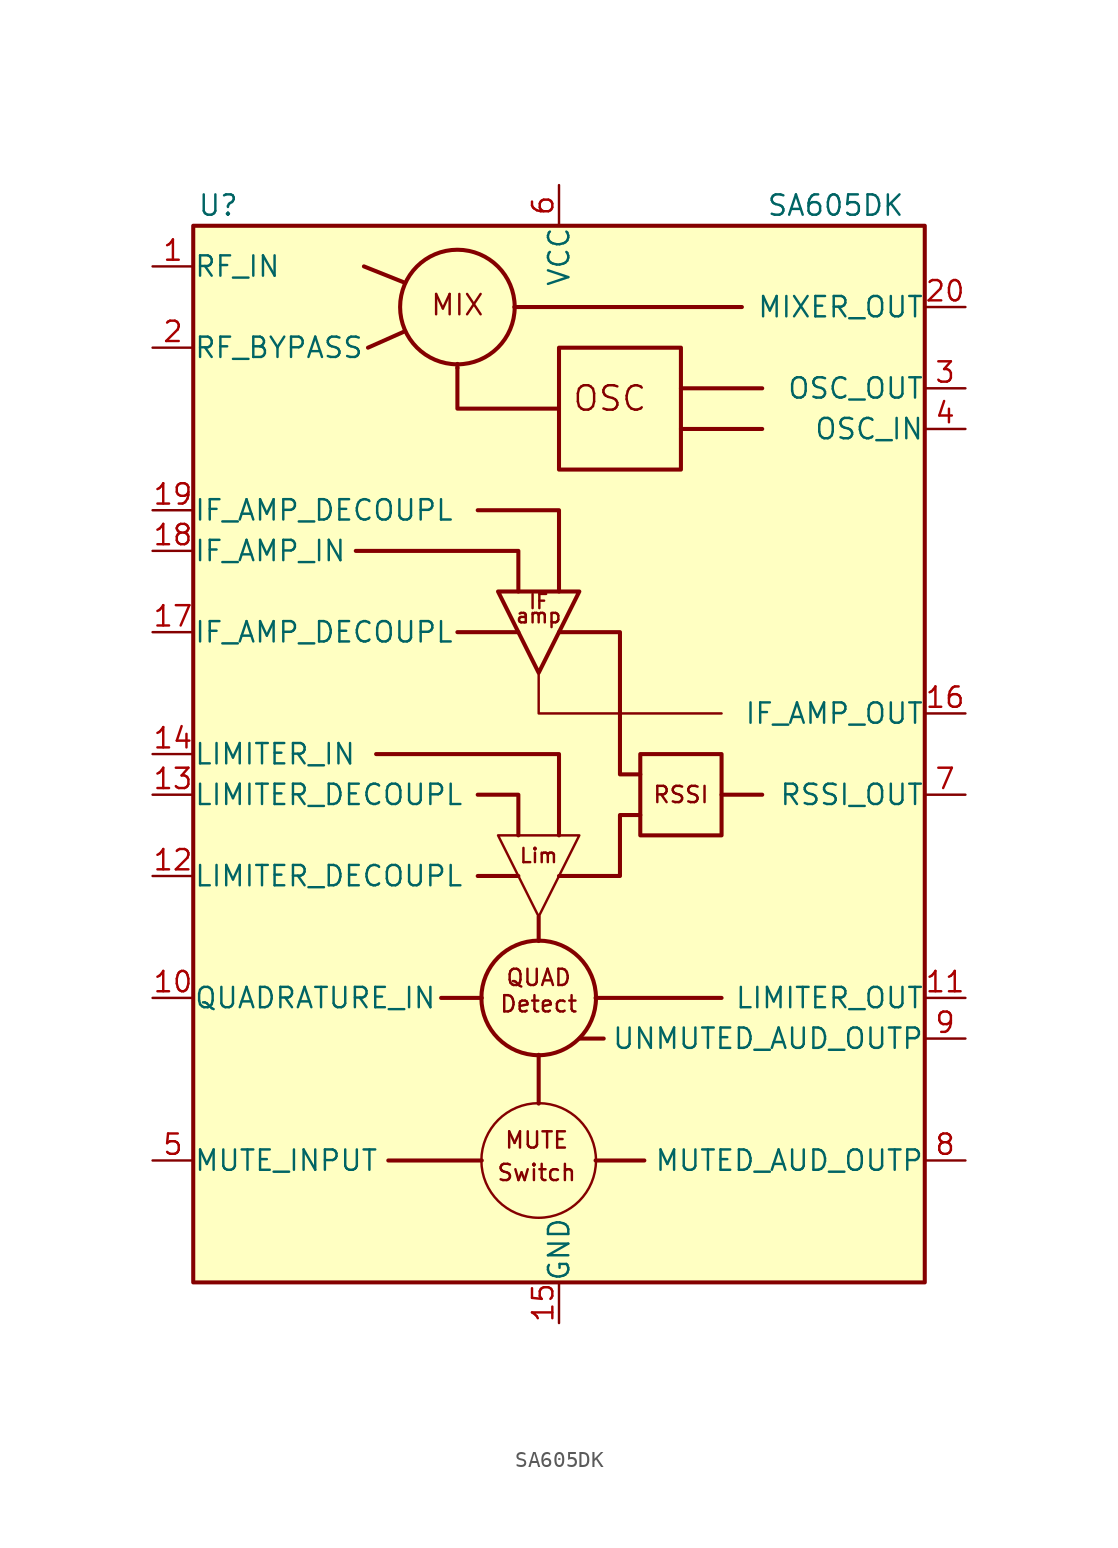
<source format=kicad_sym>
(kicad_symbol_lib
  (version 20201005)
  (generator kicad_symbol_editor)
  (symbol "SA605DK"
    (pin_names
      (offset 0.025))
    (property "Reference" "U"
      (at -22.606 24.13 0)
      (effects (font (size 1.27 1.27)) (justify left)))
    (property "Value" "SA605DK"
      (at 12.954 24.13 0)
      (effects (font (size 1.27 1.27)) (justify left)))
    (symbol "SA605DK_0_0"
      (circle (center -1.27 -35.56) (radius 3.581) (stroke (width 0)) (fill (type none)))
      (circle (center -1.27 -25.4) (radius 3.581) (stroke (width 0.254)) (fill (type none)))
      (text "amp" (at -1.27 -1.524 0) (effects (font (size 0.889 0.889))))
      (text "Detect" (at -1.27 -25.781 0) (effects (font (size 1.016 1.016))))
      (text "IF" (at -1.27 -0.635 0) (effects (font (size 0.889 0.889))))
      (text "Lim" (at -1.27 -16.51 0) (effects (font (size 0.889 0.889))))
      (text "MIX" (at -6.35 17.907 0) (effects (font (size 1.27 1.27))))
      (text "MUTE" (at -1.397 -34.29 0) (effects (font (size 1.016 1.016))))
      (text "OSC" (at 3.175 12.065 0) (effects (font (size 1.524 1.524))))
      (text "QUAD" (at -1.27 -24.13 0) (effects (font (size 1.016 1.016))))
      (text "RSSI" (at 7.62 -12.7 0) (effects (font (size 1.016 1.016))))
      (text "Switch" (at -1.397 -36.322 0) (effects (font (size 1.016 1.016))))
      (polyline (pts (xy -12.192 20.32) (xy -9.652 19.304)) (stroke (width 0.254)) (fill (type none)))
      (polyline (pts (xy -11.938 15.24) (xy -9.652 16.256)) (stroke (width 0.254)) (fill (type none)))
      (polyline (pts (xy -6.35 -2.54) (xy -2.54 -2.54)) (stroke (width 0.254)) (fill (type none)))
      (polyline (pts (xy -6.35 13.97) (xy -6.35 14.224)) (stroke (width 0.254)) (fill (type none)))
      (polyline (pts (xy -4.826 -35.56) (xy -10.668 -35.56)) (stroke (width 0.254)) (fill (type none)))
      (polyline (pts (xy -4.826 -25.4) (xy -7.366 -25.4)) (stroke (width 0.254)) (fill (type none)))
      (polyline (pts (xy -2.54 -17.78) (xy -5.08 -17.78)) (stroke (width 0.254)) (fill (type none)))
      (polyline (pts (xy -2.54 17.78) (xy -2.794 17.78)) (stroke (width 0.254)) (fill (type none)))
      (polyline (pts (xy -1.27 -28.956) (xy -1.27 -32.004)) (stroke (width 0.254)) (fill (type none)))
      (polyline (pts (xy -1.27 -20.32) (xy -1.27 -21.844)) (stroke (width 0.254)) (fill (type none)))
      (polyline (pts (xy 1.27 -27.94) (xy 2.794 -27.94)) (stroke (width 0.254)) (fill (type none)))
      (polyline (pts (xy 2.286 -35.56) (xy 5.334 -35.56)) (stroke (width 0.254)) (fill (type none)))
      (polyline (pts (xy 2.286 -25.4) (xy 10.16 -25.4)) (stroke (width 0.254)) (fill (type none)))
      (polyline (pts (xy 7.62 10.16) (xy 12.7 10.16)) (stroke (width 0.254)) (fill (type none)))
      (polyline (pts (xy 10.16 -12.7) (xy 12.7 -12.7)) (stroke (width 0.254)) (fill (type none)))
      (polyline (pts (xy 11.43 17.78) (xy -2.54 17.78)) (stroke (width 0.254)) (fill (type none)))
      (polyline (pts (xy 12.7 12.7) (xy 7.62 12.7)) (stroke (width 0.254)) (fill (type none)))
      (polyline (pts (xy -12.7 2.54) (xy -2.54 2.54) (xy -2.54 0)) (stroke (width 0.254)) (fill (type none)))
      (polyline (pts (xy -11.43 -10.16) (xy 0 -10.16) (xy 0 -15.24)) (stroke (width 0.254)) (fill (type none)))
      (polyline (pts (xy -5.08 5.08) (xy 0 5.08) (xy 0 0)) (stroke (width 0.254)) (fill (type none)))
      (polyline (pts (xy -2.54 -15.24) (xy -2.54 -12.7) (xy -5.08 -12.7)) (stroke (width 0.254)) (fill (type none)))
      (polyline (pts (xy 0 11.43) (xy -6.35 11.43) (xy -6.35 13.97)) (stroke (width 0.254)) (fill (type none)))
      (polyline (pts (xy 0 -17.78) (xy 3.81 -17.78) (xy 3.81 -13.97) (xy 5.08 -13.97)) (stroke (width 0.254)) (fill (type none)))
      (polyline (pts (xy 0 -2.54) (xy 3.81 -2.54) (xy 3.81 -11.43) (xy 5.08 -11.43)) (stroke (width 0.254)) (fill (type none)))
      (polyline (pts (xy 1.27 -15.24) (xy -3.81 -15.24) (xy -1.27 -20.32) (xy 1.27 -15.24) (xy 1.27 -15.24)) (stroke (width 0)) (fill (type background)))
      (polyline (pts (xy 1.27 0) (xy -3.81 0) (xy -1.27 -5.08) (xy 1.27 0) (xy 1.27 0)) (stroke (width 0.254)) (fill (type background))))
    (symbol "SA605DK_0_1"
      (circle (center -6.35 17.78) (radius 3.581) (stroke (width 0.254)) (fill (type none)))
      (rectangle (start 0 15.24) (end 7.62 7.62) (stroke (width 0.254)) (fill (type none)))
      (rectangle (start 5.08 -10.16) (end 10.16 -15.24) (stroke (width 0.254)) (fill (type none)))
      (rectangle (start -22.86 22.86) (end 22.86 -43.18) (stroke (width 0.254)) (fill (type background)))
      (polyline (pts (xy -1.27 -5.08) (xy -1.27 -7.62) (xy 10.16 -7.62)) (stroke (width 0)) (fill (type none))))
    (symbol "SA605DK_1_1"
      (pin input line (at -25.4 20.32 0) (length 2.54) (name "RF_IN" (effects (font (size 1.27 1.27)))) (number "1" (effects (font (size 1.27 1.27)))))
      (pin input line (at -25.4 -25.4 0) (length 2.54) (name "QUADRATURE_IN" (effects (font (size 1.27 1.27)))) (number "10" (effects (font (size 1.27 1.27)))))
      (pin output line (at 25.4 -25.4 180) (length 2.54) (name "LIMITER_OUT" (effects (font (size 1.27 1.27)))) (number "11" (effects (font (size 1.27 1.27)))))
      (pin input line (at -25.4 -17.78 0) (length 2.54) (name "LIMITER_DECOUPL" (effects (font (size 1.27 1.27)))) (number "12" (effects (font (size 1.27 1.27)))))
      (pin input line (at -25.4 -12.7 0) (length 2.54) (name "LIMITER_DECOUPL" (effects (font (size 1.27 1.27)))) (number "13" (effects (font (size 1.27 1.27)))))
      (pin input line (at -25.4 -10.16 0) (length 2.54) (name "LIMITER_IN" (effects (font (size 1.27 1.27)))) (number "14" (effects (font (size 1.27 1.27)))))
      (pin power_in line (at 0 -45.72 90) (length 2.54) (name "GND" (effects (font (size 1.27 1.27)))) (number "15" (effects (font (size 1.27 1.27)))))
      (pin output line (at 25.4 -7.62 180) (length 2.54) (name "IF_AMP_OUT" (effects (font (size 1.27 1.27)))) (number "16" (effects (font (size 1.27 1.27)))))
      (pin input line (at -25.4 -2.54 0) (length 2.54) (name "IF_AMP_DECOUPL" (effects (font (size 1.27 1.27)))) (number "17" (effects (font (size 1.27 1.27)))))
      (pin input line (at -25.4 2.54 0) (length 2.54) (name "IF_AMP_IN" (effects (font (size 1.27 1.27)))) (number "18" (effects (font (size 1.27 1.27)))))
      (pin input line (at -25.4 5.08 0) (length 2.54) (name "IF_AMP_DECOUPL" (effects (font (size 1.27 1.27)))) (number "19" (effects (font (size 1.27 1.27)))))
      (pin input line (at -25.4 15.24 0) (length 2.54) (name "RF_BYPASS" (effects (font (size 1.27 1.27)))) (number "2" (effects (font (size 1.27 1.27)))))
      (pin output line (at 25.4 17.78 180) (length 2.54) (name "MIXER_OUT" (effects (font (size 1.27 1.27)))) (number "20" (effects (font (size 1.27 1.27)))))
      (pin output line (at 25.4 12.7 180) (length 2.54) (name "OSC_OUT" (effects (font (size 1.27 1.27)))) (number "3" (effects (font (size 1.27 1.27)))))
      (pin input line (at 25.4 10.16 180) (length 2.54) (name "OSC_IN" (effects (font (size 1.27 1.27)))) (number "4" (effects (font (size 1.27 1.27)))))
      (pin input line (at -25.4 -35.56 0) (length 2.54) (name "MUTE_INPUT" (effects (font (size 1.27 1.27)))) (number "5" (effects (font (size 1.27 1.27)))))
      (pin power_in line (at 0 25.4 270) (length 2.54) (name "VCC" (effects (font (size 1.27 1.27)))) (number "6" (effects (font (size 1.27 1.27)))))
      (pin output line (at 25.4 -12.7 180) (length 2.54) (name "RSSI_OUT" (effects (font (size 1.27 1.27)))) (number "7" (effects (font (size 1.27 1.27)))))
      (pin output line (at 25.4 -35.56 180) (length 2.54) (name "MUTED_AUD_OUTP" (effects (font (size 1.27 1.27)))) (number "8" (effects (font (size 1.27 1.27)))))
      (pin output line (at 25.4 -27.94 180) (length 2.54) (name "UNMUTED_AUD_OUTP" (effects (font (size 1.27 1.27)))) (number "9" (effects (font (size 1.27 1.27))))))))
</source>
